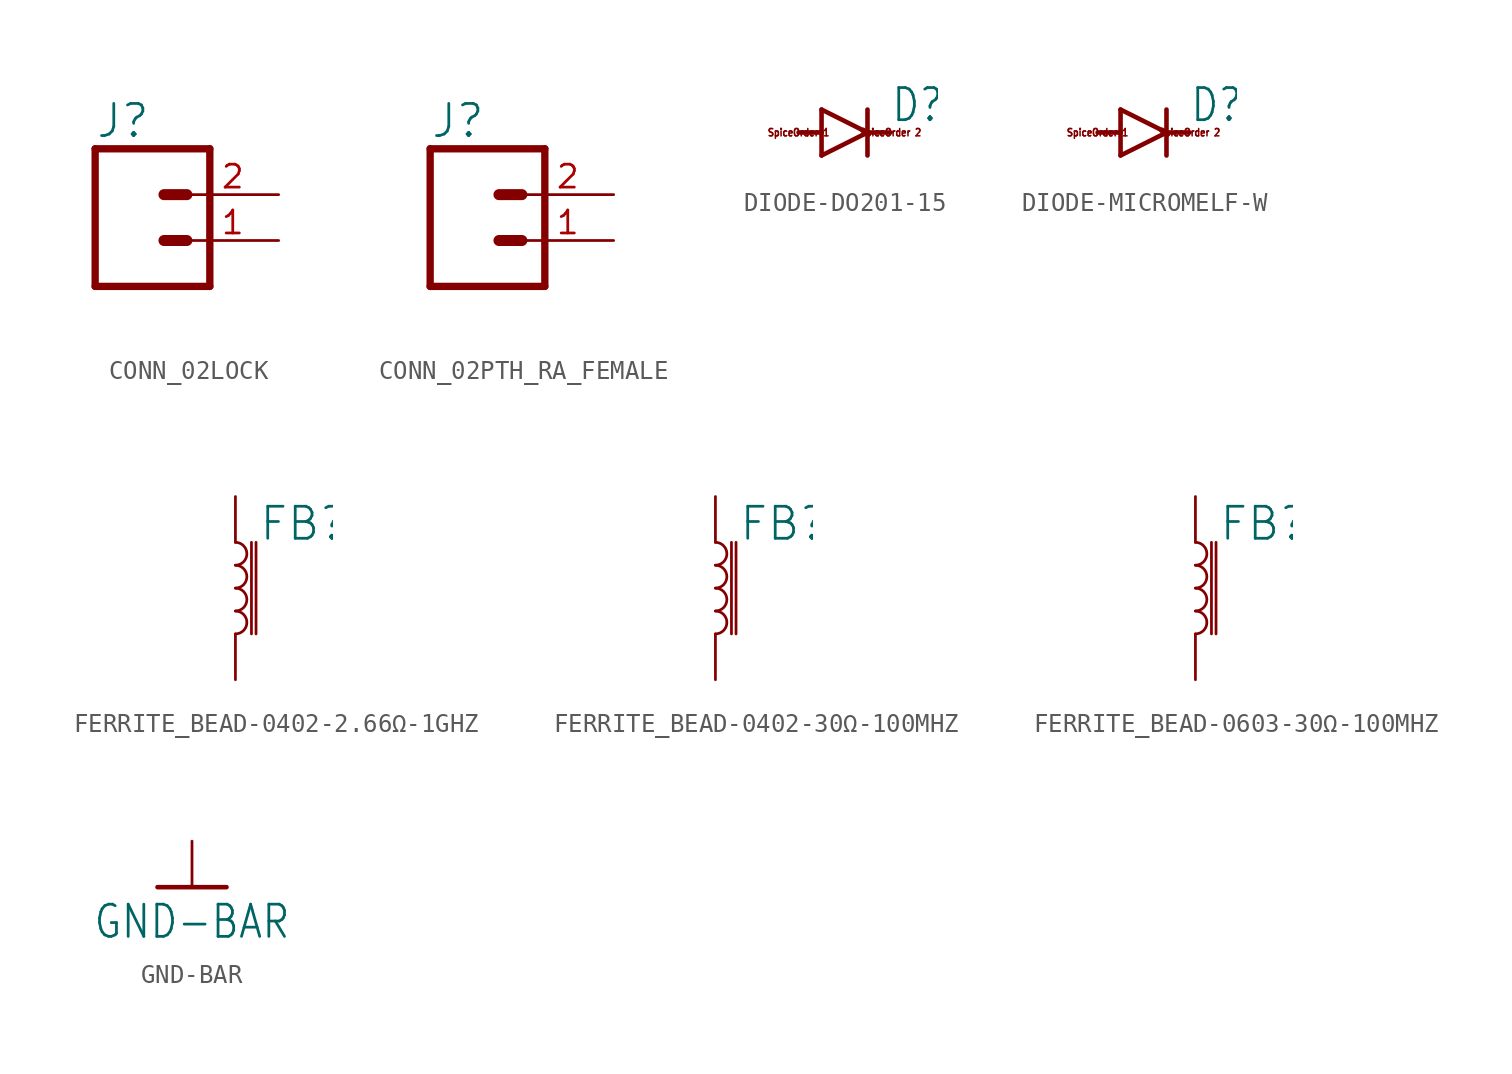
<source format=kicad_sym>
(kicad_symbol_lib
  (version 20220914)
  (generator kicad_symbol_editor)
  (symbol "CONN_02LOCK"
    (property "Reference" "J"
      (at -2.54 5.588 0)
      (effects (font (size 1.778 1.778)) (justify left bottom)))
    (property "Value" ""
      (at -2.54 -4.826 0)
      (effects (font (size 1.778 1.778)) (justify left bottom)))
    (property "ki_locked" ""
      (at 0 0 0)
      (effects (font (size 1.27 1.27))))
    (symbol "CONN_02LOCK_1_0"
      (polyline (pts (xy -2.54 5.08) (xy -2.54 -2.54)) (stroke (width 0.406) (type solid)) (fill (type none)))
      (polyline (pts (xy -2.54 5.08) (xy 3.81 5.08)) (stroke (width 0.406) (type solid)) (fill (type none)))
      (polyline (pts (xy 1.27 0) (xy 2.54 0)) (stroke (width 0.61) (type solid)) (fill (type none)))
      (polyline (pts (xy 1.27 2.54) (xy 2.54 2.54)) (stroke (width 0.61) (type solid)) (fill (type none)))
      (polyline (pts (xy 3.81 -2.54) (xy -2.54 -2.54)) (stroke (width 0.406) (type solid)) (fill (type none)))
      (polyline (pts (xy 3.81 -2.54) (xy 3.81 5.08)) (stroke (width 0.406) (type solid)) (fill (type none)))
      (pin passive line (at 7.62 0 180) (length 5.08) (name "1" (effects (font (size 0 0)))) (number "1" (effects (font (size 1.27 1.27)))))
      (pin passive line (at 7.62 2.54 180) (length 5.08) (name "2" (effects (font (size 0 0)))) (number "2" (effects (font (size 1.27 1.27)))))))
  (symbol "CONN_02PTH_RA_FEMALE"
    (property "Reference" "J"
      (at -2.54 5.588 0)
      (effects (font (size 1.778 1.778)) (justify left bottom)))
    (property "Value" ""
      (at -2.54 -4.826 0)
      (effects (font (size 1.778 1.778)) (justify left bottom)))
    (property "ki_locked" ""
      (at 0 0 0)
      (effects (font (size 1.27 1.27))))
    (symbol "CONN_02PTH_RA_FEMALE_1_0"
      (polyline (pts (xy -2.54 5.08) (xy -2.54 -2.54)) (stroke (width 0.406) (type solid)) (fill (type none)))
      (polyline (pts (xy -2.54 5.08) (xy 3.81 5.08)) (stroke (width 0.406) (type solid)) (fill (type none)))
      (polyline (pts (xy 1.27 0) (xy 2.54 0)) (stroke (width 0.61) (type solid)) (fill (type none)))
      (polyline (pts (xy 1.27 2.54) (xy 2.54 2.54)) (stroke (width 0.61) (type solid)) (fill (type none)))
      (polyline (pts (xy 3.81 -2.54) (xy -2.54 -2.54)) (stroke (width 0.406) (type solid)) (fill (type none)))
      (polyline (pts (xy 3.81 -2.54) (xy 3.81 5.08)) (stroke (width 0.406) (type solid)) (fill (type none)))
      (pin passive line (at 7.62 0 180) (length 5.08) (name "1" (effects (font (size 0 0)))) (number "1" (effects (font (size 1.27 1.27)))))
      (pin passive line (at 7.62 2.54 180) (length 5.08) (name "2" (effects (font (size 0 0)))) (number "2" (effects (font (size 1.27 1.27)))))))
  (symbol "DIODE-DO201-15"
    (property "Reference" "D"
      (at 2.54 0.483 0)
      (effects (font (size 1.778 1.511)) (justify left bottom)))
    (property "Value" ""
      (at 2.54 -2.311 0)
      (effects (font (size 1.778 1.511)) (justify left bottom)))
    (property "ki_locked" ""
      (at 0 0 0)
      (effects (font (size 1.27 1.27))))
    (symbol "DIODE-DO201-15_1_0"
      (polyline (pts (xy -1.27 -1.27) (xy 1.27 0)) (stroke (width 0.254) (type solid)) (fill (type none)))
      (polyline (pts (xy -1.27 0) (xy -2.54 0)) (stroke (width 0.254) (type solid)) (fill (type none)))
      (polyline (pts (xy -1.27 0) (xy -1.27 -1.27)) (stroke (width 0.254) (type solid)) (fill (type none)))
      (polyline (pts (xy -1.27 1.27) (xy -1.27 0)) (stroke (width 0.254) (type solid)) (fill (type none)))
      (polyline (pts (xy 1.27 0) (xy -1.27 1.27)) (stroke (width 0.254) (type solid)) (fill (type none)))
      (polyline (pts (xy 1.27 0) (xy 1.27 -1.27)) (stroke (width 0.254) (type solid)) (fill (type none)))
      (polyline (pts (xy 1.27 1.27) (xy 1.27 0)) (stroke (width 0.254) (type solid)) (fill (type none)))
      (polyline (pts (xy 2.54 0) (xy 1.27 0)) (stroke (width 0.254) (type solid)) (fill (type none)))
      (text "SpiceOrder 1" (at -2.54 0 0) (effects (font (size 0.406 0.345))))
      (text "SpiceOrder 2" (at 2.54 0 0) (effects (font (size 0.406 0.345))))
      (pin passive line (at -2.54 0 0) (length 0) (name "A" (effects (font (size 0 0)))) (number "A" (effects (font (size 0 0)))))
      (pin passive line (at 2.54 0 180) (length 0) (name "C" (effects (font (size 0 0)))) (number "C" (effects (font (size 0 0)))))))
  (symbol "DIODE-MICROMELF-W"
    (property "Reference" "D"
      (at 2.54 0.483 0)
      (effects (font (size 1.778 1.511)) (justify left bottom)))
    (property "Value" ""
      (at 2.54 -2.311 0)
      (effects (font (size 1.778 1.511)) (justify left bottom)))
    (property "ki_locked" ""
      (at 0 0 0)
      (effects (font (size 1.27 1.27))))
    (symbol "DIODE-MICROMELF-W_1_0"
      (polyline (pts (xy -1.27 -1.27) (xy 1.27 0)) (stroke (width 0.254) (type solid)) (fill (type none)))
      (polyline (pts (xy -1.27 0) (xy -2.54 0)) (stroke (width 0.254) (type solid)) (fill (type none)))
      (polyline (pts (xy -1.27 0) (xy -1.27 -1.27)) (stroke (width 0.254) (type solid)) (fill (type none)))
      (polyline (pts (xy -1.27 1.27) (xy -1.27 0)) (stroke (width 0.254) (type solid)) (fill (type none)))
      (polyline (pts (xy 1.27 0) (xy -1.27 1.27)) (stroke (width 0.254) (type solid)) (fill (type none)))
      (polyline (pts (xy 1.27 0) (xy 1.27 -1.27)) (stroke (width 0.254) (type solid)) (fill (type none)))
      (polyline (pts (xy 1.27 1.27) (xy 1.27 0)) (stroke (width 0.254) (type solid)) (fill (type none)))
      (polyline (pts (xy 2.54 0) (xy 1.27 0)) (stroke (width 0.254) (type solid)) (fill (type none)))
      (text "SpiceOrder 1" (at -2.54 0 0) (effects (font (size 0.406 0.345))))
      (text "SpiceOrder 2" (at 2.54 0 0) (effects (font (size 0.406 0.345))))
      (pin passive line (at -2.54 0 0) (length 0) (name "A" (effects (font (size 0 0)))) (number "A" (effects (font (size 0 0)))))
      (pin passive line (at 2.54 0 180) (length 0) (name "C" (effects (font (size 0 0)))) (number "C" (effects (font (size 0 0)))))))
  (symbol "FERRITE_BEAD-0402-2.66Ω-1GHZ"
    (property "Reference" "FB"
      (at 1.27 2.54 0)
      (effects (font (size 1.778 1.778)) (justify left bottom)))
    (property "Value" ""
      (at 1.27 -2.54 0)
      (effects (font (size 1.778 1.778)) (justify left top)))
    (property "ki_locked" ""
      (at 0 0 0)
      (effects (font (size 1.27 1.27))))
    (symbol "FERRITE_BEAD-0402-2.66Ω-1GHZ_1_0"
      (arc (start 0 -2.54) (mid 0.6323 -1.905) (end 0 -1.27) (stroke (width 0.1524) (type solid)) (fill (type none)))
      (arc (start 0 -1.27) (mid 0.6323 -0.635) (end 0 0) (stroke (width 0.1524) (type solid)) (fill (type none)))
      (polyline (pts (xy 0.889 2.54) (xy 0.889 -2.54)) (stroke (width 0.152) (type solid)) (fill (type none)))
      (polyline (pts (xy 1.143 2.54) (xy 1.143 -2.54)) (stroke (width 0.152) (type solid)) (fill (type none)))
      (arc (start 0 0) (mid 0.6323 0.635) (end 0 1.27) (stroke (width 0.1524) (type solid)) (fill (type none)))
      (arc (start 0 1.27) (mid 0.6323 1.905) (end 0 2.54) (stroke (width 0.1524) (type solid)) (fill (type none)))
      (pin passive line (at 0 5.08 270) (length 2.54) (name "1" (effects (font (size 0 0)))) (number "1" (effects (font (size 0 0)))))
      (pin passive line (at 0 -5.08 90) (length 2.54) (name "2" (effects (font (size 0 0)))) (number "2" (effects (font (size 0 0)))))))
  (symbol "FERRITE_BEAD-0402-30Ω-100MHZ"
    (property "Reference" "FB"
      (at 1.27 2.54 0)
      (effects (font (size 1.778 1.778)) (justify left bottom)))
    (property "Value" ""
      (at 1.27 -2.54 0)
      (effects (font (size 1.778 1.778)) (justify left top)))
    (property "ki_locked" ""
      (at 0 0 0)
      (effects (font (size 1.27 1.27))))
    (symbol "FERRITE_BEAD-0402-30Ω-100MHZ_1_0"
      (arc (start 0 -2.54) (mid 0.6323 -1.905) (end 0 -1.27) (stroke (width 0.1524) (type solid)) (fill (type none)))
      (arc (start 0 -1.27) (mid 0.6323 -0.635) (end 0 0) (stroke (width 0.1524) (type solid)) (fill (type none)))
      (polyline (pts (xy 0.889 2.54) (xy 0.889 -2.54)) (stroke (width 0.152) (type solid)) (fill (type none)))
      (polyline (pts (xy 1.143 2.54) (xy 1.143 -2.54)) (stroke (width 0.152) (type solid)) (fill (type none)))
      (arc (start 0 0) (mid 0.6323 0.635) (end 0 1.27) (stroke (width 0.1524) (type solid)) (fill (type none)))
      (arc (start 0 1.27) (mid 0.6323 1.905) (end 0 2.54) (stroke (width 0.1524) (type solid)) (fill (type none)))
      (pin passive line (at 0 5.08 270) (length 2.54) (name "1" (effects (font (size 0 0)))) (number "1" (effects (font (size 0 0)))))
      (pin passive line (at 0 -5.08 90) (length 2.54) (name "2" (effects (font (size 0 0)))) (number "2" (effects (font (size 0 0)))))))
  (symbol "FERRITE_BEAD-0603-30Ω-100MHZ"
    (property "Reference" "FB"
      (at 1.27 2.54 0)
      (effects (font (size 1.778 1.778)) (justify left bottom)))
    (property "Value" ""
      (at 1.27 -2.54 0)
      (effects (font (size 1.778 1.778)) (justify left top)))
    (property "ki_locked" ""
      (at 0 0 0)
      (effects (font (size 1.27 1.27))))
    (symbol "FERRITE_BEAD-0603-30Ω-100MHZ_1_0"
      (arc (start 0 -2.54) (mid 0.6323 -1.905) (end 0 -1.27) (stroke (width 0.1524) (type solid)) (fill (type none)))
      (arc (start 0 -1.27) (mid 0.6323 -0.635) (end 0 0) (stroke (width 0.1524) (type solid)) (fill (type none)))
      (polyline (pts (xy 0.889 2.54) (xy 0.889 -2.54)) (stroke (width 0.152) (type solid)) (fill (type none)))
      (polyline (pts (xy 1.143 2.54) (xy 1.143 -2.54)) (stroke (width 0.152) (type solid)) (fill (type none)))
      (arc (start 0 0) (mid 0.6323 0.635) (end 0 1.27) (stroke (width 0.1524) (type solid)) (fill (type none)))
      (arc (start 0 1.27) (mid 0.6323 1.905) (end 0 2.54) (stroke (width 0.1524) (type solid)) (fill (type none)))
      (pin passive line (at 0 5.08 270) (length 2.54) (name "1" (effects (font (size 0 0)))) (number "1" (effects (font (size 0 0)))))
      (pin passive line (at 0 -5.08 90) (length 2.54) (name "2" (effects (font (size 0 0)))) (number "2" (effects (font (size 0 0)))))))
  (symbol "GND-BAR"
    (power)
    (property "Reference" "#SUPPLY"
      (at 0 0 0)
      (effects (font (size 1.27 1.27)) hide))
    (property "Value" "GND-BAR"
      (at 0 -1.905 0)
      (effects (font (size 1.778 1.511))))
    (property "ki_locked" ""
      (at 0 0 0)
      (effects (font (size 1.27 1.27))))
    (symbol "GND-BAR_1_0"
      (polyline (pts (xy -1.905 0) (xy 1.905 0)) (stroke (width 0.254) (type solid)) (fill (type none)))
      (pin power_in line (at 0 2.54 270) (length 2.54) (name "GND" (effects (font (size 0 0)))) (number "1" (effects (font (size 0 0))))))))
</source>
